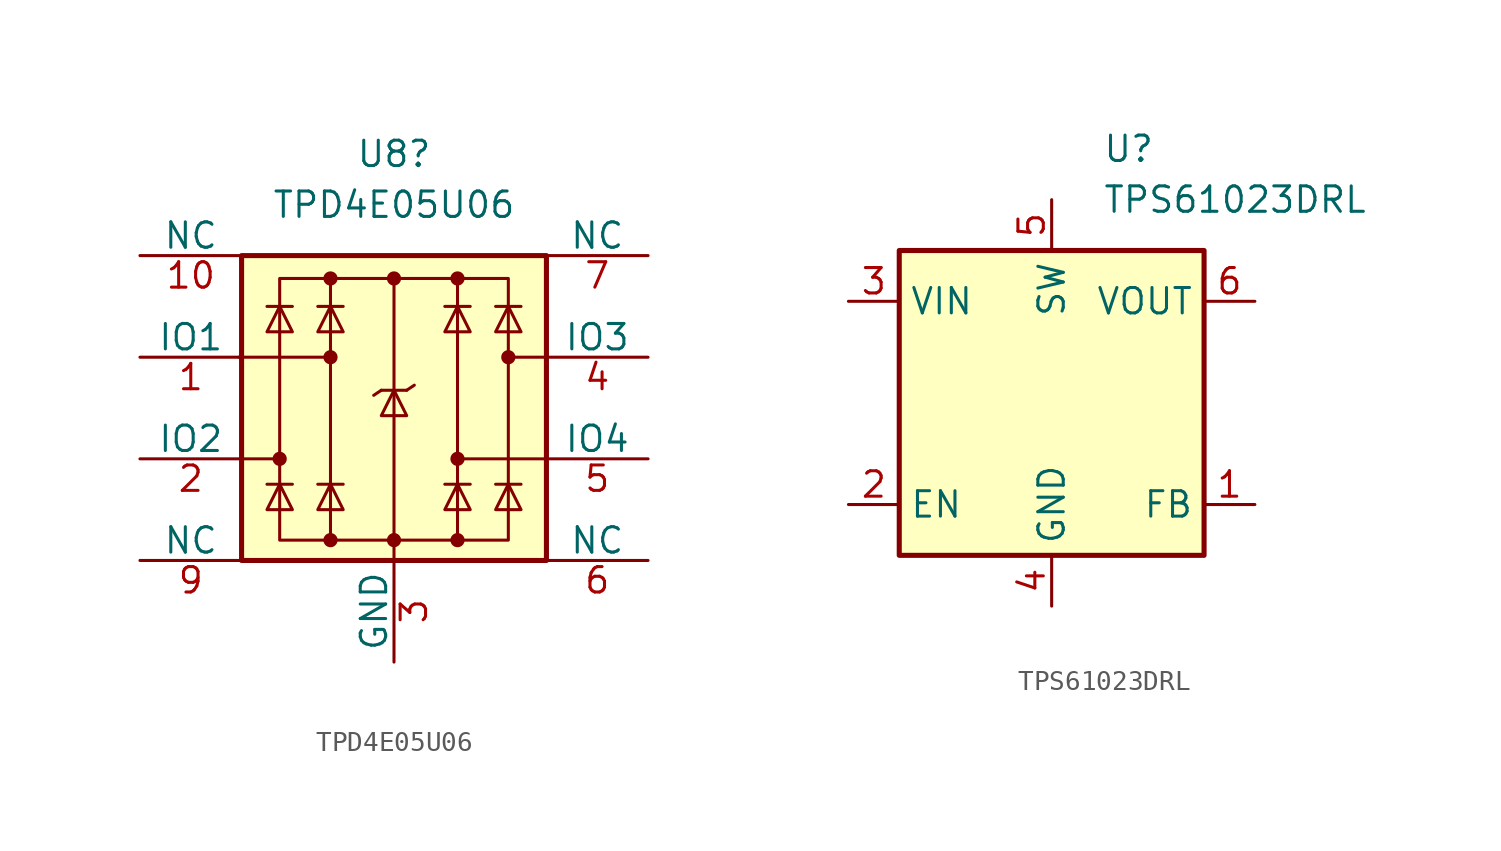
<source format=kicad_sym>
(kicad_symbol_lib
  (version 20220914)
  (generator kicad_symbol_editor)
  (symbol "TPD4E05U06"
    (pin_names
      (offset 0))
    (property "Reference" "U8"
      (at 0 12.7 0)
      (effects (font (size 1.27 1.27))))
    (property "Value" "TPD4E05U06"
      (at 0 10.16 0)
      (effects (font (size 1.27 1.27))))
    (symbol "TPD4E05U06_0_0"
      (rectangle (start -5.715 6.477) (end 5.715 -6.604) (stroke (width 0) (type default)) (fill (type none)))
      (polyline (pts (xy -3.175 -6.604) (xy -3.175 6.477)) (stroke (width 0) (type default)) (fill (type none)))
      (polyline (pts (xy 0 6.477) (xy 0 -6.604)) (stroke (width 0) (type default)) (fill (type none)))
      (polyline (pts (xy 3.175 6.477) (xy 3.175 -6.604)) (stroke (width 0) (type default)) (fill (type none))))
    (symbol "TPD4E05U06_0_1"
      (rectangle (start -7.62 7.62) (end 7.62 -7.62) (stroke (width 0.254) (type default)) (fill (type background)))
      (circle (center -5.715 -2.54) (radius 0.279) (stroke (width 0) (type default)) (fill (type outline)))
      (circle (center -3.175 -6.604) (radius 0.279) (stroke (width 0) (type default)) (fill (type outline)))
      (circle (center -3.175 2.54) (radius 0.279) (stroke (width 0) (type default)) (fill (type outline)))
      (circle (center -3.175 6.477) (radius 0.279) (stroke (width 0) (type default)) (fill (type outline)))
      (polyline (pts (xy -7.747 2.54) (xy -3.175 2.54)) (stroke (width 0) (type default)) (fill (type none)))
      (polyline (pts (xy -7.62 -2.54) (xy -5.715 -2.54)) (stroke (width 0) (type default)) (fill (type none)))
      (polyline (pts (xy -5.08 -3.81) (xy -6.35 -3.81)) (stroke (width 0) (type default)) (fill (type none)))
      (polyline (pts (xy -5.08 5.08) (xy -6.35 5.08)) (stroke (width 0) (type default)) (fill (type none)))
      (polyline (pts (xy -2.54 -3.81) (xy -3.81 -3.81)) (stroke (width 0) (type default)) (fill (type none)))
      (polyline (pts (xy -2.54 5.08) (xy -3.81 5.08)) (stroke (width 0) (type default)) (fill (type none)))
      (polyline (pts (xy -0.635 0.889) (xy -1.016 0.635)) (stroke (width 0) (type default)) (fill (type none)))
      (polyline (pts (xy 0 -6.604) (xy 0 -7.62)) (stroke (width 0) (type default)) (fill (type none)))
      (polyline (pts (xy 0.635 0.889) (xy -0.635 0.889)) (stroke (width 0) (type default)) (fill (type none)))
      (polyline (pts (xy 0.635 0.889) (xy 1.016 1.143)) (stroke (width 0) (type default)) (fill (type none)))
      (polyline (pts (xy 3.81 -3.81) (xy 2.54 -3.81)) (stroke (width 0) (type default)) (fill (type none)))
      (polyline (pts (xy 3.81 5.08) (xy 2.54 5.08)) (stroke (width 0) (type default)) (fill (type none)))
      (polyline (pts (xy 6.35 -3.81) (xy 5.08 -3.81)) (stroke (width 0) (type default)) (fill (type none)))
      (polyline (pts (xy 6.35 5.08) (xy 5.08 5.08)) (stroke (width 0) (type default)) (fill (type none)))
      (polyline (pts (xy 7.62 -2.54) (xy 3.175 -2.54)) (stroke (width 0) (type default)) (fill (type none)))
      (polyline (pts (xy 7.62 2.54) (xy 5.715 2.54)) (stroke (width 0) (type default)) (fill (type none)))
      (polyline (pts (xy -5.08 -5.08) (xy -6.35 -5.08) (xy -5.715 -3.81) (xy -5.08 -5.08)) (stroke (width 0) (type default)) (fill (type none)))
      (polyline (pts (xy -5.08 3.81) (xy -6.35 3.81) (xy -5.715 5.08) (xy -5.08 3.81)) (stroke (width 0) (type default)) (fill (type none)))
      (polyline (pts (xy -2.54 -5.08) (xy -3.81 -5.08) (xy -3.175 -3.81) (xy -2.54 -5.08)) (stroke (width 0) (type default)) (fill (type none)))
      (polyline (pts (xy -2.54 3.81) (xy -3.81 3.81) (xy -3.175 5.08) (xy -2.54 3.81)) (stroke (width 0) (type default)) (fill (type none)))
      (polyline (pts (xy 0.635 -0.381) (xy -0.635 -0.381) (xy 0 0.889) (xy 0.635 -0.381)) (stroke (width 0) (type default)) (fill (type none)))
      (polyline (pts (xy 3.81 -5.08) (xy 2.54 -5.08) (xy 3.175 -3.81) (xy 3.81 -5.08)) (stroke (width 0) (type default)) (fill (type none)))
      (polyline (pts (xy 3.81 3.81) (xy 2.54 3.81) (xy 3.175 5.08) (xy 3.81 3.81)) (stroke (width 0) (type default)) (fill (type none)))
      (polyline (pts (xy 6.35 -5.08) (xy 5.08 -5.08) (xy 5.715 -3.81) (xy 6.35 -5.08)) (stroke (width 0) (type default)) (fill (type none)))
      (polyline (pts (xy 6.35 3.81) (xy 5.08 3.81) (xy 5.715 5.08) (xy 6.35 3.81)) (stroke (width 0) (type default)) (fill (type none)))
      (circle (center 0 6.477) (radius 0.279) (stroke (width 0) (type default)) (fill (type outline)))
      (circle (center 3.175 -6.604) (radius 0.279) (stroke (width 0) (type default)) (fill (type outline)))
      (circle (center 3.175 -2.54) (radius 0.279) (stroke (width 0) (type default)) (fill (type outline)))
      (circle (center 3.175 6.477) (radius 0.279) (stroke (width 0) (type default)) (fill (type outline)))
      (circle (center 5.715 2.54) (radius 0.279) (stroke (width 0) (type default)) (fill (type outline))))
    (symbol "TPD4E05U06_1_1"
      (circle (center 0 -6.604) (radius 0.279) (stroke (width 0) (type default)) (fill (type outline)))
      (pin bidirectional line (at -12.7 2.54 0) (length 5.08) (name "IO1" (effects (font (size 1.27 1.27)))) (number "1" (effects (font (size 1.27 1.27)))))
      (pin bidirectional line (at -12.7 7.62 0) (length 5.08) (name "NC" (effects (font (size 1.27 1.27)))) (number "10" (effects (font (size 1.27 1.27)))))
      (pin bidirectional line (at -12.7 -2.54 0) (length 5.08) (name "IO2" (effects (font (size 1.27 1.27)))) (number "2" (effects (font (size 1.27 1.27)))))
      (pin power_in line (at 0 -12.7 90) (length 5.08) (name "GND" (effects (font (size 1.27 1.27)))) (number "3" (effects (font (size 1.27 1.27)))))
      (pin bidirectional line (at 12.7 2.54 180) (length 5.08) (name "IO3" (effects (font (size 1.27 1.27)))) (number "4" (effects (font (size 1.27 1.27)))))
      (pin bidirectional line (at 12.7 -2.54 180) (length 5.08) (name "IO4" (effects (font (size 1.27 1.27)))) (number "5" (effects (font (size 1.27 1.27)))))
      (pin bidirectional line (at 12.7 -7.62 180) (length 5.08) (name "NC" (effects (font (size 1.27 1.27)))) (number "6" (effects (font (size 1.27 1.27)))))
      (pin bidirectional line (at 12.7 7.62 180) (length 5.08) (name "NC" (effects (font (size 1.27 1.27)))) (number "7" (effects (font (size 1.27 1.27)))))
      (pin power_in line (at 0 -12.7 90) (length 5.08) hide (name "GND" (effects (font (size 1.27 1.27)))) (number "8" (effects (font (size 1.27 1.27)))))
      (pin bidirectional line (at -12.7 -7.62 0) (length 5.08) (name "NC" (effects (font (size 1.27 1.27)))) (number "9" (effects (font (size 1.27 1.27)))))))
  (symbol "TPS61023DRL"
    (property "Reference" "U"
      (at 2.54 12.7 0)
      (effects (font (size 1.27 1.27)) (justify left)))
    (property "Value" "TPS61023DRL"
      (at 2.54 10.16 0)
      (effects (font (size 1.27 1.27)) (justify left)))
    (symbol "TPS61023DRL_0_1"
      (rectangle (start -7.62 7.62) (end 7.62 -7.62) (stroke (width 0.254) (type default)) (fill (type background))))
    (symbol "TPS61023DRL_1_1"
      (pin input line (at 10.16 -5.08 180) (length 2.54) (name "FB" (effects (font (size 1.27 1.27)))) (number "1" (effects (font (size 1.27 1.27)))))
      (pin input line (at -10.16 -5.08 0) (length 2.54) (name "EN" (effects (font (size 1.27 1.27)))) (number "2" (effects (font (size 1.27 1.27)))))
      (pin power_in line (at -10.16 5.08 0) (length 2.54) (name "VIN" (effects (font (size 1.27 1.27)))) (number "3" (effects (font (size 1.27 1.27)))))
      (pin power_in line (at 0 -10.16 90) (length 2.54) (name "GND" (effects (font (size 1.27 1.27)))) (number "4" (effects (font (size 1.27 1.27)))))
      (pin power_out line (at 0 10.16 270) (length 2.54) (name "SW" (effects (font (size 1.27 1.27)))) (number "5" (effects (font (size 1.27 1.27)))))
      (pin power_out line (at 10.16 5.08 180) (length 2.54) (name "VOUT" (effects (font (size 1.27 1.27)))) (number "6" (effects (font (size 1.27 1.27))))))))
</source>
